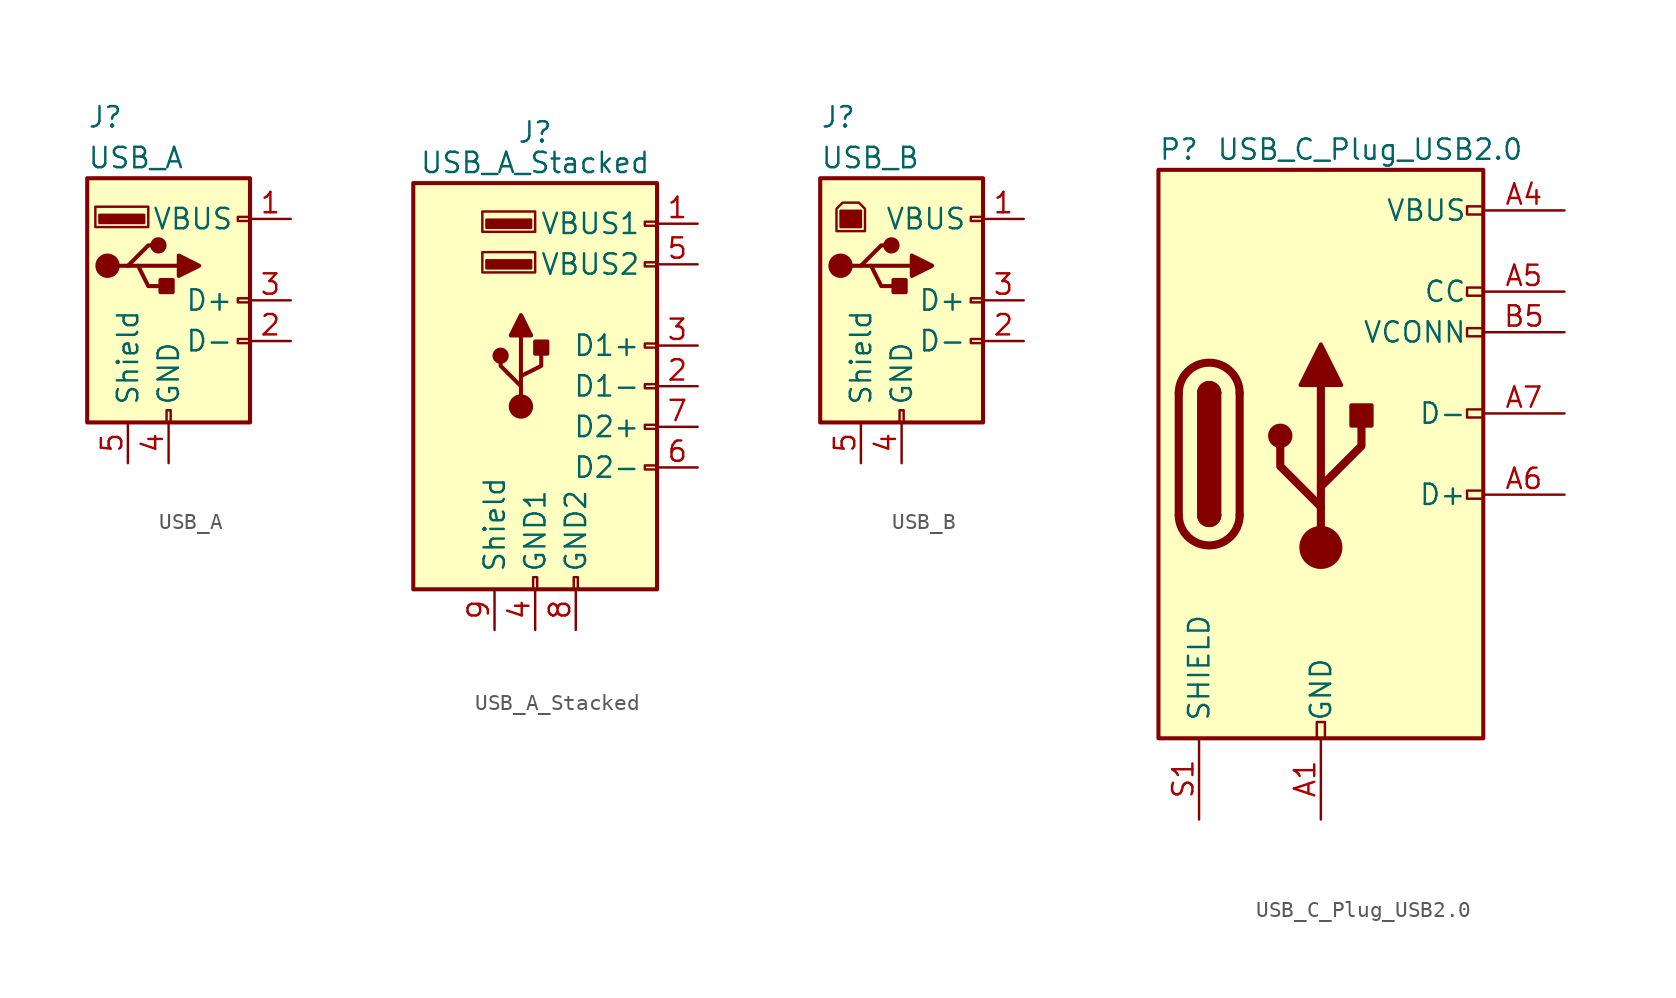
<source format=kicad_sym>
(kicad_symbol_lib
  (version 20220914)
  (generator kicad_symbol_editor)
  (symbol "USB_A"
    (pin_names
      (offset 1.016))
    (property "Reference" "J"
      (at -5.08 11.43 0)
      (effects (font (size 1.27 1.27)) (justify left)))
    (property "Value" "USB_A"
      (at -5.08 8.89 0)
      (effects (font (size 1.27 1.27)) (justify left)))
    (symbol "USB_A_0_1"
      (rectangle (start -5.08 -7.62) (end 5.08 7.62) (stroke (width 0.254) (type default)) (fill (type background)))
      (circle (center -3.81 2.159) (radius 0.635) (stroke (width 0.254) (type default)) (fill (type outline)))
      (rectangle (start -1.524 4.826) (end -4.318 5.334) (stroke (width 0) (type default)) (fill (type outline)))
      (rectangle (start -1.27 4.572) (end -4.572 5.842) (stroke (width 0) (type default)) (fill (type none)))
      (circle (center -0.635 3.429) (radius 0.381) (stroke (width 0.254) (type default)) (fill (type outline)))
      (rectangle (start -0.127 -7.62) (end 0.127 -6.858) (stroke (width 0) (type default)) (fill (type none)))
      (polyline (pts (xy -3.175 2.159) (xy -2.54 2.159) (xy -1.27 3.429) (xy -0.635 3.429)) (stroke (width 0.254) (type default)) (fill (type none)))
      (polyline (pts (xy -2.54 2.159) (xy -1.905 2.159) (xy -1.27 0.889) (xy 0 0.889)) (stroke (width 0.254) (type default)) (fill (type none)))
      (polyline (pts (xy 0.635 2.794) (xy 0.635 1.524) (xy 1.905 2.159) (xy 0.635 2.794)) (stroke (width 0.254) (type default)) (fill (type outline)))
      (rectangle (start 0.254 1.27) (end -0.508 0.508) (stroke (width 0.254) (type default)) (fill (type outline)))
      (rectangle (start 5.08 -2.667) (end 4.318 -2.413) (stroke (width 0) (type default)) (fill (type none)))
      (rectangle (start 5.08 -0.127) (end 4.318 0.127) (stroke (width 0) (type default)) (fill (type none)))
      (rectangle (start 5.08 4.953) (end 4.318 5.207) (stroke (width 0) (type default)) (fill (type none))))
    (symbol "USB_A_1_1"
      (polyline (pts (xy -1.905 2.159) (xy 0.635 2.159)) (stroke (width 0.254) (type default)) (fill (type none)))
      (pin power_in line (at 7.62 5.08 180) (length 2.54) (name "VBUS" (effects (font (size 1.27 1.27)))) (number "1" (effects (font (size 1.27 1.27)))))
      (pin bidirectional line (at 7.62 -2.54 180) (length 2.54) (name "D-" (effects (font (size 1.27 1.27)))) (number "2" (effects (font (size 1.27 1.27)))))
      (pin bidirectional line (at 7.62 0 180) (length 2.54) (name "D+" (effects (font (size 1.27 1.27)))) (number "3" (effects (font (size 1.27 1.27)))))
      (pin power_in line (at 0 -10.16 90) (length 2.54) (name "GND" (effects (font (size 1.27 1.27)))) (number "4" (effects (font (size 1.27 1.27)))))
      (pin passive line (at -2.54 -10.16 90) (length 2.54) (name "Shield" (effects (font (size 1.27 1.27)))) (number "5" (effects (font (size 1.27 1.27)))))))
  (symbol "USB_A_Stacked"
    (pin_names
      (offset 1.016))
    (property "Reference" "J"
      (at 0 15.875 0)
      (effects (font (size 1.27 1.27))))
    (property "Value" "USB_A_Stacked"
      (at 0 13.97 0)
      (effects (font (size 1.27 1.27))))
    (symbol "USB_A_Stacked_0_1"
      (rectangle (start -7.62 12.7) (end 7.62 -12.7) (stroke (width 0.254) (type default)) (fill (type background)))
      (circle (center -2.159 1.905) (radius 0.381) (stroke (width 0.254) (type default)) (fill (type outline)))
      (circle (center -0.889 -1.27) (radius 0.635) (stroke (width 0.254) (type default)) (fill (type outline)))
      (rectangle (start -0.254 7.366) (end -3.048 7.874) (stroke (width 0) (type default)) (fill (type outline)))
      (rectangle (start -0.254 9.906) (end -3.048 10.414) (stroke (width 0) (type default)) (fill (type outline)))
      (rectangle (start -0.127 -12.7) (end 0.127 -11.938) (stroke (width 0) (type default)) (fill (type none)))
      (polyline (pts (xy -1.524 3.175) (xy -0.254 3.175) (xy -0.889 4.445) (xy -1.524 3.175)) (stroke (width 0.254) (type default)) (fill (type outline)))
      (polyline (pts (xy -0.889 -0.635) (xy -0.889 0) (xy -2.159 1.27) (xy -2.159 1.905)) (stroke (width 0.254) (type default)) (fill (type none)))
      (polyline (pts (xy -0.889 0) (xy -0.889 0.635) (xy 0.381 1.27) (xy 0.381 2.54)) (stroke (width 0.254) (type default)) (fill (type none)))
      (rectangle (start 0 2.794) (end 0.762 2.032) (stroke (width 0.254) (type default)) (fill (type outline)))
      (rectangle (start 0 7.112) (end -3.302 8.382) (stroke (width 0) (type default)) (fill (type none)))
      (rectangle (start 0 9.652) (end -3.302 10.922) (stroke (width 0) (type default)) (fill (type none)))
      (rectangle (start 2.413 -12.7) (end 2.667 -11.938) (stroke (width 0) (type default)) (fill (type none)))
      (rectangle (start 7.62 -5.207) (end 6.858 -4.953) (stroke (width 0) (type default)) (fill (type none)))
      (rectangle (start 7.62 -2.667) (end 6.858 -2.413) (stroke (width 0) (type default)) (fill (type none)))
      (rectangle (start 7.62 -0.127) (end 6.858 0.127) (stroke (width 0) (type default)) (fill (type none)))
      (rectangle (start 7.62 2.413) (end 6.858 2.667) (stroke (width 0) (type default)) (fill (type none)))
      (rectangle (start 7.62 7.493) (end 6.858 7.747) (stroke (width 0) (type default)) (fill (type none)))
      (rectangle (start 7.62 10.033) (end 6.858 10.287) (stroke (width 0) (type default)) (fill (type none))))
    (symbol "USB_A_Stacked_1_1"
      (polyline (pts (xy -0.889 0.635) (xy -0.889 3.175)) (stroke (width 0.254) (type default)) (fill (type none)))
      (pin power_in line (at 10.16 10.16 180) (length 2.54) (name "VBUS1" (effects (font (size 1.27 1.27)))) (number "1" (effects (font (size 1.27 1.27)))))
      (pin bidirectional line (at 10.16 0 180) (length 2.54) (name "D1-" (effects (font (size 1.27 1.27)))) (number "2" (effects (font (size 1.27 1.27)))))
      (pin bidirectional line (at 10.16 2.54 180) (length 2.54) (name "D1+" (effects (font (size 1.27 1.27)))) (number "3" (effects (font (size 1.27 1.27)))))
      (pin power_in line (at 0 -15.24 90) (length 2.54) (name "GND1" (effects (font (size 1.27 1.27)))) (number "4" (effects (font (size 1.27 1.27)))))
      (pin power_in line (at 10.16 7.62 180) (length 2.54) (name "VBUS2" (effects (font (size 1.27 1.27)))) (number "5" (effects (font (size 1.27 1.27)))))
      (pin bidirectional line (at 10.16 -5.08 180) (length 2.54) (name "D2-" (effects (font (size 1.27 1.27)))) (number "6" (effects (font (size 1.27 1.27)))))
      (pin bidirectional line (at 10.16 -2.54 180) (length 2.54) (name "D2+" (effects (font (size 1.27 1.27)))) (number "7" (effects (font (size 1.27 1.27)))))
      (pin power_in line (at 2.54 -15.24 90) (length 2.54) (name "GND2" (effects (font (size 1.27 1.27)))) (number "8" (effects (font (size 1.27 1.27)))))
      (pin passive line (at -2.54 -15.24 90) (length 2.54) (name "Shield" (effects (font (size 1.27 1.27)))) (number "9" (effects (font (size 1.27 1.27)))))))
  (symbol "USB_B"
    (pin_names
      (offset 1.016))
    (property "Reference" "J"
      (at -5.08 11.43 0)
      (effects (font (size 1.27 1.27)) (justify left)))
    (property "Value" "USB_B"
      (at -5.08 8.89 0)
      (effects (font (size 1.27 1.27)) (justify left)))
    (symbol "USB_B_0_1"
      (rectangle (start -5.08 -7.62) (end 5.08 7.62) (stroke (width 0.254) (type default)) (fill (type background)))
      (circle (center -3.81 2.159) (radius 0.635) (stroke (width 0.254) (type default)) (fill (type outline)))
      (rectangle (start -3.81 5.588) (end -2.54 4.572) (stroke (width 0) (type default)) (fill (type outline)))
      (circle (center -0.635 3.429) (radius 0.381) (stroke (width 0.254) (type default)) (fill (type outline)))
      (rectangle (start -0.127 -7.62) (end 0.127 -6.858) (stroke (width 0) (type default)) (fill (type none)))
      (polyline (pts (xy -1.905 2.159) (xy 0.635 2.159)) (stroke (width 0.254) (type default)) (fill (type none)))
      (polyline (pts (xy -3.175 2.159) (xy -2.54 2.159) (xy -1.27 3.429) (xy -0.635 3.429)) (stroke (width 0.254) (type default)) (fill (type none)))
      (polyline (pts (xy -2.54 2.159) (xy -1.905 2.159) (xy -1.27 0.889) (xy 0 0.889)) (stroke (width 0.254) (type default)) (fill (type none)))
      (polyline (pts (xy 0.635 2.794) (xy 0.635 1.524) (xy 1.905 2.159) (xy 0.635 2.794)) (stroke (width 0.254) (type default)) (fill (type outline)))
      (polyline (pts (xy -4.064 4.318) (xy -2.286 4.318) (xy -2.286 5.715) (xy -2.667 6.096) (xy -3.683 6.096) (xy -4.064 5.715) (xy -4.064 4.318)) (stroke (width 0) (type default)) (fill (type none)))
      (rectangle (start 0.254 1.27) (end -0.508 0.508) (stroke (width 0.254) (type default)) (fill (type outline)))
      (rectangle (start 5.08 -2.667) (end 4.318 -2.413) (stroke (width 0) (type default)) (fill (type none)))
      (rectangle (start 5.08 -0.127) (end 4.318 0.127) (stroke (width 0) (type default)) (fill (type none)))
      (rectangle (start 5.08 4.953) (end 4.318 5.207) (stroke (width 0) (type default)) (fill (type none))))
    (symbol "USB_B_1_1"
      (pin power_out line (at 7.62 5.08 180) (length 2.54) (name "VBUS" (effects (font (size 1.27 1.27)))) (number "1" (effects (font (size 1.27 1.27)))))
      (pin bidirectional line (at 7.62 -2.54 180) (length 2.54) (name "D-" (effects (font (size 1.27 1.27)))) (number "2" (effects (font (size 1.27 1.27)))))
      (pin bidirectional line (at 7.62 0 180) (length 2.54) (name "D+" (effects (font (size 1.27 1.27)))) (number "3" (effects (font (size 1.27 1.27)))))
      (pin power_out line (at 0 -10.16 90) (length 2.54) (name "GND" (effects (font (size 1.27 1.27)))) (number "4" (effects (font (size 1.27 1.27)))))
      (pin passive line (at -2.54 -10.16 90) (length 2.54) (name "Shield" (effects (font (size 1.27 1.27)))) (number "5" (effects (font (size 1.27 1.27)))))))
  (symbol "USB_C_Plug_USB2.0"
    (pin_names
      (offset 1.016))
    (property "Reference" "P"
      (at -10.16 19.05 0)
      (effects (font (size 1.27 1.27)) (justify left)))
    (property "Value" "USB_C_Plug_USB2.0"
      (at 12.7 19.05 0)
      (effects (font (size 1.27 1.27)) (justify right)))
    (symbol "USB_C_Plug_USB2.0_0_0"
      (rectangle (start -0.254 -17.78) (end 0.254 -16.764) (stroke (width 0) (type default)) (fill (type none)))
      (rectangle (start 10.16 -2.286) (end 9.144 -2.794) (stroke (width 0) (type default)) (fill (type none)))
      (rectangle (start 10.16 2.794) (end 9.144 2.286) (stroke (width 0) (type default)) (fill (type none)))
      (rectangle (start 10.16 7.874) (end 9.144 7.366) (stroke (width 0) (type default)) (fill (type none)))
      (rectangle (start 10.16 10.414) (end 9.144 9.906) (stroke (width 0) (type default)) (fill (type none)))
      (rectangle (start 10.16 15.494) (end 9.144 14.986) (stroke (width 0) (type default)) (fill (type none))))
    (symbol "USB_C_Plug_USB2.0_0_1"
      (rectangle (start -10.16 17.78) (end 10.16 -17.78) (stroke (width 0.254) (type default)) (fill (type background)))
      (arc (start -8.89 -3.81) (mid -6.985 -5.7067) (end -5.08 -3.81) (stroke (width 0.508) (type default)) (fill (type none)))
      (arc (start -7.62 -3.81) (mid -6.985 -4.4423) (end -6.35 -3.81) (stroke (width 0.254) (type default)) (fill (type none)))
      (arc (start -7.62 -3.81) (mid -6.985 -4.4423) (end -6.35 -3.81) (stroke (width 0.254) (type default)) (fill (type outline)))
      (rectangle (start -7.62 -3.81) (end -6.35 3.81) (stroke (width 0.254) (type default)) (fill (type outline)))
      (arc (start -6.35 3.81) (mid -6.985 4.4423) (end -7.62 3.81) (stroke (width 0.254) (type default)) (fill (type none)))
      (arc (start -6.35 3.81) (mid -6.985 4.4423) (end -7.62 3.81) (stroke (width 0.254) (type default)) (fill (type outline)))
      (arc (start -5.08 3.81) (mid -6.985 5.7067) (end -8.89 3.81) (stroke (width 0.508) (type default)) (fill (type none)))
      (circle (center -2.54 1.143) (radius 0.635) (stroke (width 0.254) (type default)) (fill (type outline)))
      (circle (center 0 -5.842) (radius 1.27) (stroke (width 0) (type default)) (fill (type outline)))
      (polyline (pts (xy -8.89 -3.81) (xy -8.89 3.81)) (stroke (width 0.508) (type default)) (fill (type none)))
      (polyline (pts (xy -5.08 3.81) (xy -5.08 -3.81)) (stroke (width 0.508) (type default)) (fill (type none)))
      (polyline (pts (xy 0 -5.842) (xy 0 4.318)) (stroke (width 0.508) (type default)) (fill (type none)))
      (polyline (pts (xy 0 -3.302) (xy -2.54 -0.762) (xy -2.54 0.508)) (stroke (width 0.508) (type default)) (fill (type none)))
      (polyline (pts (xy 0 -2.032) (xy 2.54 0.508) (xy 2.54 1.778)) (stroke (width 0.508) (type default)) (fill (type none)))
      (polyline (pts (xy -1.27 4.318) (xy 0 6.858) (xy 1.27 4.318) (xy -1.27 4.318)) (stroke (width 0.254) (type default)) (fill (type outline)))
      (rectangle (start 1.905 1.778) (end 3.175 3.048) (stroke (width 0.254) (type default)) (fill (type outline))))
    (symbol "USB_C_Plug_USB2.0_1_1"
      (pin passive line (at 0 -22.86 90) (length 5.08) (name "GND" (effects (font (size 1.27 1.27)))) (number "A1" (effects (font (size 1.27 1.27)))))
      (pin passive line (at 0 -22.86 90) (length 5.08) hide (name "GND" (effects (font (size 1.27 1.27)))) (number "A12" (effects (font (size 1.27 1.27)))))
      (pin passive line (at 15.24 15.24 180) (length 5.08) (name "VBUS" (effects (font (size 1.27 1.27)))) (number "A4" (effects (font (size 1.27 1.27)))))
      (pin bidirectional line (at 15.24 10.16 180) (length 5.08) (name "CC" (effects (font (size 1.27 1.27)))) (number "A5" (effects (font (size 1.27 1.27)))))
      (pin bidirectional line (at 15.24 -2.54 180) (length 5.08) (name "D+" (effects (font (size 1.27 1.27)))) (number "A6" (effects (font (size 1.27 1.27)))))
      (pin bidirectional line (at 15.24 2.54 180) (length 5.08) (name "D-" (effects (font (size 1.27 1.27)))) (number "A7" (effects (font (size 1.27 1.27)))))
      (pin passive line (at 15.24 15.24 180) (length 5.08) hide (name "VBUS" (effects (font (size 1.27 1.27)))) (number "A9" (effects (font (size 1.27 1.27)))))
      (pin passive line (at 0 -22.86 90) (length 5.08) hide (name "GND" (effects (font (size 1.27 1.27)))) (number "B1" (effects (font (size 1.27 1.27)))))
      (pin passive line (at 0 -22.86 90) (length 5.08) hide (name "GND" (effects (font (size 1.27 1.27)))) (number "B12" (effects (font (size 1.27 1.27)))))
      (pin passive line (at 15.24 15.24 180) (length 5.08) hide (name "VBUS" (effects (font (size 1.27 1.27)))) (number "B4" (effects (font (size 1.27 1.27)))))
      (pin bidirectional line (at 15.24 7.62 180) (length 5.08) (name "VCONN" (effects (font (size 1.27 1.27)))) (number "B5" (effects (font (size 1.27 1.27)))))
      (pin passive line (at 15.24 15.24 180) (length 5.08) hide (name "VBUS" (effects (font (size 1.27 1.27)))) (number "B9" (effects (font (size 1.27 1.27)))))
      (pin passive line (at -7.62 -22.86 90) (length 5.08) (name "SHIELD" (effects (font (size 1.27 1.27)))) (number "S1" (effects (font (size 1.27 1.27))))))))
</source>
